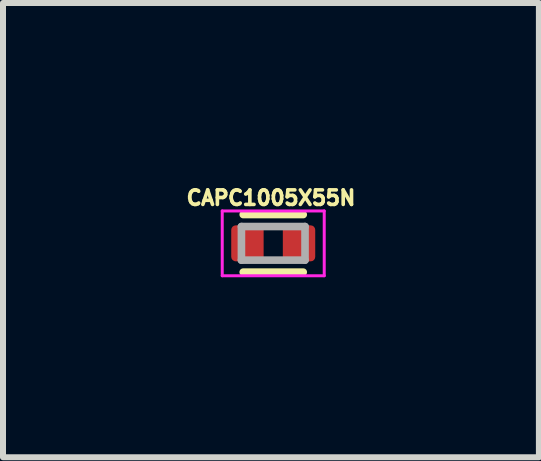
<source format=kicad_pcb>
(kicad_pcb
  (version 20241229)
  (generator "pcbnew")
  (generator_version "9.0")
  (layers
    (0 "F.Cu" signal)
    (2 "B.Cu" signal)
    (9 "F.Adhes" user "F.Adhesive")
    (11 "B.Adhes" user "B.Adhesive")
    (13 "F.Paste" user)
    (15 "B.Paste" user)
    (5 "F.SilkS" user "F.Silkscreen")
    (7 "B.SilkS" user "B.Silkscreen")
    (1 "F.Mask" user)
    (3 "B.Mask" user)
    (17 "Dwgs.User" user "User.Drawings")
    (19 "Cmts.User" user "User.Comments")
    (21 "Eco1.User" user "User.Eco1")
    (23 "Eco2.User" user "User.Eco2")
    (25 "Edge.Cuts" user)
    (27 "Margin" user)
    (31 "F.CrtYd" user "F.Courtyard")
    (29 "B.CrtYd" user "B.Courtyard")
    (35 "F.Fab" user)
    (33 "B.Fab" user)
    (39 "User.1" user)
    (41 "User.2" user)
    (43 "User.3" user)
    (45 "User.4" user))
  (footprint "CAPC1005X55N"
    (layer "F.Cu")
    (at 1.504 1.006)
    (property "Reference" "CAPC1005X55N" (at -0.038 -0.758 0) (layer "F.SilkS") (effects (font (size 0.242 0.242) (thickness 0.15))))
    (attr through_hole)
    (fp_line (start -0.5 0.48) (end 0.5 0.48) (stroke (width 0.127) (type solid)) (layer "F.SilkS"))
    (fp_line (start 0.5 -0.48) (end -0.5 -0.48) (stroke (width 0.127) (type solid)) (layer "F.SilkS"))
    (fp_line (start -0.85 -0.54) (end -0.85 0.54) (stroke (width 0.05) (type solid)) (layer "F.CrtYd"))
    (fp_line (start -0.85 0.54) (end 0.85 0.54) (stroke (width 0.05) (type solid)) (layer "F.CrtYd"))
    (fp_line (start 0.85 -0.54) (end -0.85 -0.54) (stroke (width 0.05) (type solid)) (layer "F.CrtYd"))
    (fp_line (start 0.85 0.54) (end 0.85 -0.54) (stroke (width 0.05) (type solid)) (layer "F.CrtYd"))
    (fp_line (start -0.53 -0.28) (end -0.53 0.28) (stroke (width 0.127) (type solid)) (layer "F.Fab"))
    (fp_line (start -0.53 0.28) (end 0.53 0.28) (stroke (width 0.127) (type solid)) (layer "F.Fab"))
    (fp_line (start 0.53 -0.28) (end -0.53 -0.28) (stroke (width 0.127) (type solid)) (layer "F.Fab"))
    (fp_line (start 0.53 0.28) (end 0.53 -0.28) (stroke (width 0.127) (type solid)) (layer "F.Fab"))
    (pad "1" smd roundrect (at -0.43 0 90) (size 0.6 0.54) (layers "F.Cu" "F.Mask" "F.Paste") (roundrect_rratio 0.14))
    (pad "2" smd roundrect (at 0.43 0 90) (size 0.6 0.54) (layers "F.Cu" "F.Mask" "F.Paste") (roundrect_rratio 0.14)))
  (gr_rect
    (start -3 -3)
    (end 5.932 4.571)
    (stroke (width 0.1) (type default))
    (fill no)
    (layer "Edge.Cuts")))
</source>
